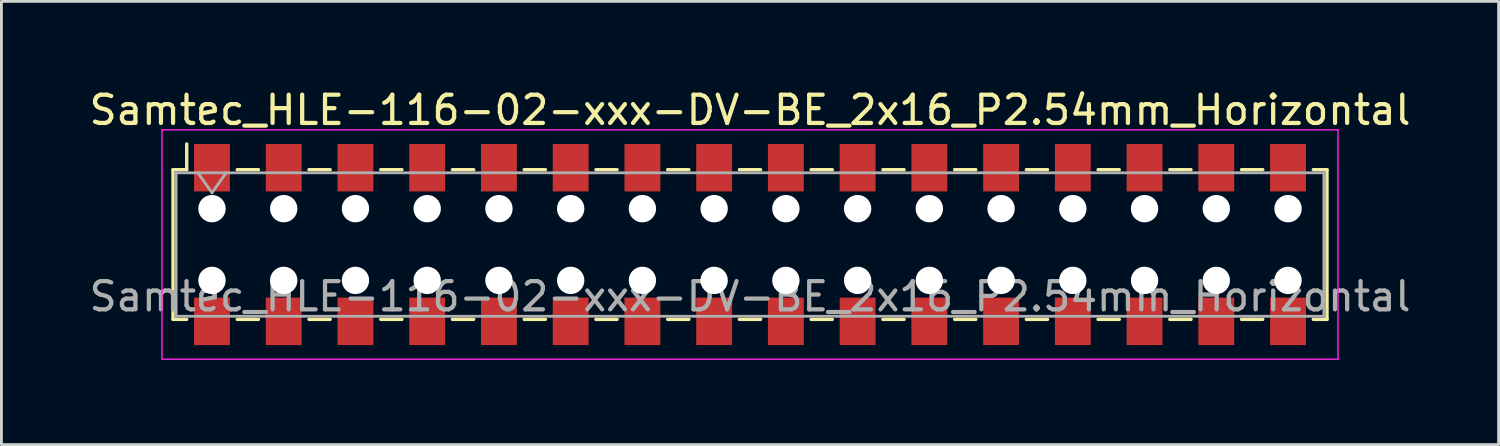
<source format=kicad_pcb>
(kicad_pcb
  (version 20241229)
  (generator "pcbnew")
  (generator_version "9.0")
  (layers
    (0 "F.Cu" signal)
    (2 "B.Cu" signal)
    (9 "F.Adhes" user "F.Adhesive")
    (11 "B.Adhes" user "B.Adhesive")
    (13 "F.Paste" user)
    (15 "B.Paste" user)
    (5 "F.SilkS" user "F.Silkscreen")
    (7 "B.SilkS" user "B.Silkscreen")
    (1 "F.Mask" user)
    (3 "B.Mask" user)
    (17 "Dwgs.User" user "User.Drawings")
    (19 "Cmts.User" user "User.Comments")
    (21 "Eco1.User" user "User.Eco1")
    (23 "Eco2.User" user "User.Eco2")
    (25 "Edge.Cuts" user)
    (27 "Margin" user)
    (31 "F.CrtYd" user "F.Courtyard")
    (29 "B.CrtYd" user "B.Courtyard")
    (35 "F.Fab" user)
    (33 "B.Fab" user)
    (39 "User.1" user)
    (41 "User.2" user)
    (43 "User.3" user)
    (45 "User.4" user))
  (footprint "Samtec_HLE-116-02-xxx-DV-BE_2x16_P2.54mm_Horizontal"
    (layer "F.Cu")
    (at 23.506 5.608)
    (property "Reference" "Samtec_HLE-116-02-xxx-DV-BE_2x16_P2.54mm_Horizontal" (at 0 -4.76 0) (layer "F.SilkS") (effects (font (size 1 1) (thickness 0.15))))
    (attr smd)
    (fp_line (start -20.43 -2.65) (end -20.43 2.65) (stroke (width 0.12) (type solid)) (layer "F.SilkS"))
    (fp_line (start -20.43 2.65) (end -19.945 2.65) (stroke (width 0.12) (type solid)) (layer "F.SilkS"))
    (fp_line (start -19.945 -3.56) (end -19.945 -2.65) (stroke (width 0.12) (type solid)) (layer "F.SilkS"))
    (fp_line (start -19.945 -2.65) (end -20.43 -2.65) (stroke (width 0.12) (type solid)) (layer "F.SilkS"))
    (fp_line (start -18.155 -2.65) (end -17.405 -2.65) (stroke (width 0.12) (type solid)) (layer "F.SilkS"))
    (fp_line (start -18.155 2.65) (end -17.405 2.65) (stroke (width 0.12) (type solid)) (layer "F.SilkS"))
    (fp_line (start -15.615 -2.65) (end -14.865 -2.65) (stroke (width 0.12) (type solid)) (layer "F.SilkS"))
    (fp_line (start -15.615 2.65) (end -14.865 2.65) (stroke (width 0.12) (type solid)) (layer "F.SilkS"))
    (fp_line (start -13.075 -2.65) (end -12.325 -2.65) (stroke (width 0.12) (type solid)) (layer "F.SilkS"))
    (fp_line (start -13.075 2.65) (end -12.325 2.65) (stroke (width 0.12) (type solid)) (layer "F.SilkS"))
    (fp_line (start -10.535 -2.65) (end -9.785 -2.65) (stroke (width 0.12) (type solid)) (layer "F.SilkS"))
    (fp_line (start -10.535 2.65) (end -9.785 2.65) (stroke (width 0.12) (type solid)) (layer "F.SilkS"))
    (fp_line (start -7.995 -2.65) (end -7.245 -2.65) (stroke (width 0.12) (type solid)) (layer "F.SilkS"))
    (fp_line (start -7.995 2.65) (end -7.245 2.65) (stroke (width 0.12) (type solid)) (layer "F.SilkS"))
    (fp_line (start -5.455 -2.65) (end -4.705 -2.65) (stroke (width 0.12) (type solid)) (layer "F.SilkS"))
    (fp_line (start -5.455 2.65) (end -4.705 2.65) (stroke (width 0.12) (type solid)) (layer "F.SilkS"))
    (fp_line (start -2.915 -2.65) (end -2.165 -2.65) (stroke (width 0.12) (type solid)) (layer "F.SilkS"))
    (fp_line (start -2.915 2.65) (end -2.165 2.65) (stroke (width 0.12) (type solid)) (layer "F.SilkS"))
    (fp_line (start -0.375 -2.65) (end 0.375 -2.65) (stroke (width 0.12) (type solid)) (layer "F.SilkS"))
    (fp_line (start -0.375 2.65) (end 0.375 2.65) (stroke (width 0.12) (type solid)) (layer "F.SilkS"))
    (fp_line (start 2.165 -2.65) (end 2.915 -2.65) (stroke (width 0.12) (type solid)) (layer "F.SilkS"))
    (fp_line (start 2.165 2.65) (end 2.915 2.65) (stroke (width 0.12) (type solid)) (layer "F.SilkS"))
    (fp_line (start 4.705 -2.65) (end 5.455 -2.65) (stroke (width 0.12) (type solid)) (layer "F.SilkS"))
    (fp_line (start 4.705 2.65) (end 5.455 2.65) (stroke (width 0.12) (type solid)) (layer "F.SilkS"))
    (fp_line (start 7.245 -2.65) (end 7.995 -2.65) (stroke (width 0.12) (type solid)) (layer "F.SilkS"))
    (fp_line (start 7.245 2.65) (end 7.995 2.65) (stroke (width 0.12) (type solid)) (layer "F.SilkS"))
    (fp_line (start 9.785 -2.65) (end 10.535 -2.65) (stroke (width 0.12) (type solid)) (layer "F.SilkS"))
    (fp_line (start 9.785 2.65) (end 10.535 2.65) (stroke (width 0.12) (type solid)) (layer "F.SilkS"))
    (fp_line (start 12.325 -2.65) (end 13.075 -2.65) (stroke (width 0.12) (type solid)) (layer "F.SilkS"))
    (fp_line (start 12.325 2.65) (end 13.075 2.65) (stroke (width 0.12) (type solid)) (layer "F.SilkS"))
    (fp_line (start 14.865 -2.65) (end 15.615 -2.65) (stroke (width 0.12) (type solid)) (layer "F.SilkS"))
    (fp_line (start 14.865 2.65) (end 15.615 2.65) (stroke (width 0.12) (type solid)) (layer "F.SilkS"))
    (fp_line (start 17.405 -2.65) (end 18.155 -2.65) (stroke (width 0.12) (type solid)) (layer "F.SilkS"))
    (fp_line (start 17.405 2.65) (end 18.155 2.65) (stroke (width 0.12) (type solid)) (layer "F.SilkS"))
    (fp_line (start 19.945 -2.65) (end 20.43 -2.65) (stroke (width 0.12) (type solid)) (layer "F.SilkS"))
    (fp_line (start 20.43 -2.65) (end 20.43 2.65) (stroke (width 0.12) (type solid)) (layer "F.SilkS"))
    (fp_line (start 20.43 2.65) (end 19.945 2.65) (stroke (width 0.12) (type solid)) (layer "F.SilkS"))
    (fp_line (start -20.82 -4.06) (end 20.82 -4.06) (stroke (width 0.05) (type solid)) (layer "F.CrtYd"))
    (fp_line (start -20.82 4.06) (end -20.82 -4.06) (stroke (width 0.05) (type solid)) (layer "F.CrtYd"))
    (fp_line (start 20.82 -4.06) (end 20.82 4.06) (stroke (width 0.05) (type solid)) (layer "F.CrtYd"))
    (fp_line (start 20.82 4.06) (end -20.82 4.06) (stroke (width 0.05) (type solid)) (layer "F.CrtYd"))
    (fp_line (start -20.32 -2.54) (end 20.32 -2.54) (stroke (width 0.1) (type solid)) (layer "F.Fab"))
    (fp_line (start -20.32 2.54) (end -20.32 -2.54) (stroke (width 0.1) (type solid)) (layer "F.Fab"))
    (fp_line (start -19.55 -2.54) (end -19.05 -1.833) (stroke (width 0.1) (type solid)) (layer "F.Fab"))
    (fp_line (start -19.05 -1.833) (end -18.55 -2.54) (stroke (width 0.1) (type solid)) (layer "F.Fab"))
    (fp_line (start 20.32 -2.54) (end 20.32 2.54) (stroke (width 0.1) (type solid)) (layer "F.Fab"))
    (fp_line (start 20.32 2.54) (end -20.32 2.54) (stroke (width 0.1) (type solid)) (layer "F.Fab"))
    (fp_text user "${REFERENCE}" (at 0 1.84 0) (layer "F.Fab") (effects (font (size 1 1) (thickness 0.15))))
    (pad "" np_thru_hole circle (at -19.05 -1.27) (size 0.97 0.97) (drill 0.97) (layers "*.Cu" "*.Mask"))
    (pad "" np_thru_hole circle (at -19.05 1.27) (size 0.97 0.97) (drill 0.97) (layers "*.Cu" "*.Mask"))
    (pad "" np_thru_hole circle (at -16.51 -1.27) (size 0.97 0.97) (drill 0.97) (layers "*.Cu" "*.Mask"))
    (pad "" np_thru_hole circle (at -16.51 1.27) (size 0.97 0.97) (drill 0.97) (layers "*.Cu" "*.Mask"))
    (pad "" np_thru_hole circle (at -13.97 -1.27) (size 0.97 0.97) (drill 0.97) (layers "*.Cu" "*.Mask"))
    (pad "" np_thru_hole circle (at -13.97 1.27) (size 0.97 0.97) (drill 0.97) (layers "*.Cu" "*.Mask"))
    (pad "" np_thru_hole circle (at -11.43 -1.27) (size 0.97 0.97) (drill 0.97) (layers "*.Cu" "*.Mask"))
    (pad "" np_thru_hole circle (at -11.43 1.27) (size 0.97 0.97) (drill 0.97) (layers "*.Cu" "*.Mask"))
    (pad "" np_thru_hole circle (at -8.89 -1.27) (size 0.97 0.97) (drill 0.97) (layers "*.Cu" "*.Mask"))
    (pad "" np_thru_hole circle (at -8.89 1.27) (size 0.97 0.97) (drill 0.97) (layers "*.Cu" "*.Mask"))
    (pad "" np_thru_hole circle (at -6.35 -1.27) (size 0.97 0.97) (drill 0.97) (layers "*.Cu" "*.Mask"))
    (pad "" np_thru_hole circle (at -6.35 1.27) (size 0.97 0.97) (drill 0.97) (layers "*.Cu" "*.Mask"))
    (pad "" np_thru_hole circle (at -3.81 -1.27) (size 0.97 0.97) (drill 0.97) (layers "*.Cu" "*.Mask"))
    (pad "" np_thru_hole circle (at -3.81 1.27) (size 0.97 0.97) (drill 0.97) (layers "*.Cu" "*.Mask"))
    (pad "" np_thru_hole circle (at -1.27 -1.27) (size 0.97 0.97) (drill 0.97) (layers "*.Cu" "*.Mask"))
    (pad "" np_thru_hole circle (at -1.27 1.27) (size 0.97 0.97) (drill 0.97) (layers "*.Cu" "*.Mask"))
    (pad "" np_thru_hole circle (at 1.27 -1.27) (size 0.97 0.97) (drill 0.97) (layers "*.Cu" "*.Mask"))
    (pad "" np_thru_hole circle (at 1.27 1.27) (size 0.97 0.97) (drill 0.97) (layers "*.Cu" "*.Mask"))
    (pad "" np_thru_hole circle (at 3.81 -1.27) (size 0.97 0.97) (drill 0.97) (layers "*.Cu" "*.Mask"))
    (pad "" np_thru_hole circle (at 3.81 1.27) (size 0.97 0.97) (drill 0.97) (layers "*.Cu" "*.Mask"))
    (pad "" np_thru_hole circle (at 6.35 -1.27) (size 0.97 0.97) (drill 0.97) (layers "*.Cu" "*.Mask"))
    (pad "" np_thru_hole circle (at 6.35 1.27) (size 0.97 0.97) (drill 0.97) (layers "*.Cu" "*.Mask"))
    (pad "" np_thru_hole circle (at 8.89 -1.27) (size 0.97 0.97) (drill 0.97) (layers "*.Cu" "*.Mask"))
    (pad "" np_thru_hole circle (at 8.89 1.27) (size 0.97 0.97) (drill 0.97) (layers "*.Cu" "*.Mask"))
    (pad "" np_thru_hole circle (at 11.43 -1.27) (size 0.97 0.97) (drill 0.97) (layers "*.Cu" "*.Mask"))
    (pad "" np_thru_hole circle (at 11.43 1.27) (size 0.97 0.97) (drill 0.97) (layers "*.Cu" "*.Mask"))
    (pad "" np_thru_hole circle (at 13.97 -1.27) (size 0.97 0.97) (drill 0.97) (layers "*.Cu" "*.Mask"))
    (pad "" np_thru_hole circle (at 13.97 1.27) (size 0.97 0.97) (drill 0.97) (layers "*.Cu" "*.Mask"))
    (pad "" np_thru_hole circle (at 16.51 -1.27) (size 0.97 0.97) (drill 0.97) (layers "*.Cu" "*.Mask"))
    (pad "" np_thru_hole circle (at 16.51 1.27) (size 0.97 0.97) (drill 0.97) (layers "*.Cu" "*.Mask"))
    (pad "" np_thru_hole circle (at 19.05 -1.27) (size 0.97 0.97) (drill 0.97) (layers "*.Cu" "*.Mask"))
    (pad "" np_thru_hole circle (at 19.05 1.27) (size 0.97 0.97) (drill 0.97) (layers "*.Cu" "*.Mask"))
    (pad "1" smd rect (at -19.05 -2.72) (size 1.27 1.68) (layers "F.Cu" "F.Mask" "F.Paste"))
    (pad "2" smd rect (at -19.05 2.72) (size 1.27 1.68) (layers "F.Cu" "F.Mask" "F.Paste"))
    (pad "3" smd rect (at -16.51 -2.72) (size 1.27 1.68) (layers "F.Cu" "F.Mask" "F.Paste"))
    (pad "4" smd rect (at -16.51 2.72) (size 1.27 1.68) (layers "F.Cu" "F.Mask" "F.Paste"))
    (pad "5" smd rect (at -13.97 -2.72) (size 1.27 1.68) (layers "F.Cu" "F.Mask" "F.Paste"))
    (pad "6" smd rect (at -13.97 2.72) (size 1.27 1.68) (layers "F.Cu" "F.Mask" "F.Paste"))
    (pad "7" smd rect (at -11.43 -2.72) (size 1.27 1.68) (layers "F.Cu" "F.Mask" "F.Paste"))
    (pad "8" smd rect (at -11.43 2.72) (size 1.27 1.68) (layers "F.Cu" "F.Mask" "F.Paste"))
    (pad "9" smd rect (at -8.89 -2.72) (size 1.27 1.68) (layers "F.Cu" "F.Mask" "F.Paste"))
    (pad "10" smd rect (at -8.89 2.72) (size 1.27 1.68) (layers "F.Cu" "F.Mask" "F.Paste"))
    (pad "11" smd rect (at -6.35 -2.72) (size 1.27 1.68) (layers "F.Cu" "F.Mask" "F.Paste"))
    (pad "12" smd rect (at -6.35 2.72) (size 1.27 1.68) (layers "F.Cu" "F.Mask" "F.Paste"))
    (pad "13" smd rect (at -3.81 -2.72) (size 1.27 1.68) (layers "F.Cu" "F.Mask" "F.Paste"))
    (pad "14" smd rect (at -3.81 2.72) (size 1.27 1.68) (layers "F.Cu" "F.Mask" "F.Paste"))
    (pad "15" smd rect (at -1.27 -2.72) (size 1.27 1.68) (layers "F.Cu" "F.Mask" "F.Paste"))
    (pad "16" smd rect (at -1.27 2.72) (size 1.27 1.68) (layers "F.Cu" "F.Mask" "F.Paste"))
    (pad "17" smd rect (at 1.27 -2.72) (size 1.27 1.68) (layers "F.Cu" "F.Mask" "F.Paste"))
    (pad "18" smd rect (at 1.27 2.72) (size 1.27 1.68) (layers "F.Cu" "F.Mask" "F.Paste"))
    (pad "19" smd rect (at 3.81 -2.72) (size 1.27 1.68) (layers "F.Cu" "F.Mask" "F.Paste"))
    (pad "20" smd rect (at 3.81 2.72) (size 1.27 1.68) (layers "F.Cu" "F.Mask" "F.Paste"))
    (pad "21" smd rect (at 6.35 -2.72) (size 1.27 1.68) (layers "F.Cu" "F.Mask" "F.Paste"))
    (pad "22" smd rect (at 6.35 2.72) (size 1.27 1.68) (layers "F.Cu" "F.Mask" "F.Paste"))
    (pad "23" smd rect (at 8.89 -2.72) (size 1.27 1.68) (layers "F.Cu" "F.Mask" "F.Paste"))
    (pad "24" smd rect (at 8.89 2.72) (size 1.27 1.68) (layers "F.Cu" "F.Mask" "F.Paste"))
    (pad "25" smd rect (at 11.43 -2.72) (size 1.27 1.68) (layers "F.Cu" "F.Mask" "F.Paste"))
    (pad "26" smd rect (at 11.43 2.72) (size 1.27 1.68) (layers "F.Cu" "F.Mask" "F.Paste"))
    (pad "27" smd rect (at 13.97 -2.72) (size 1.27 1.68) (layers "F.Cu" "F.Mask" "F.Paste"))
    (pad "28" smd rect (at 13.97 2.72) (size 1.27 1.68) (layers "F.Cu" "F.Mask" "F.Paste"))
    (pad "29" smd rect (at 16.51 -2.72) (size 1.27 1.68) (layers "F.Cu" "F.Mask" "F.Paste"))
    (pad "30" smd rect (at 16.51 2.72) (size 1.27 1.68) (layers "F.Cu" "F.Mask" "F.Paste"))
    (pad "31" smd rect (at 19.05 -2.72) (size 1.27 1.68) (layers "F.Cu" "F.Mask" "F.Paste"))
    (pad "32" smd rect (at 19.05 2.72) (size 1.27 1.68) (layers "F.Cu" "F.Mask" "F.Paste")))
  (gr_rect
    (start -3 -3)
    (end 50.012 12.693)
    (stroke (width 0.1) (type default))
    (fill no)
    (layer "Edge.Cuts")))
</source>
